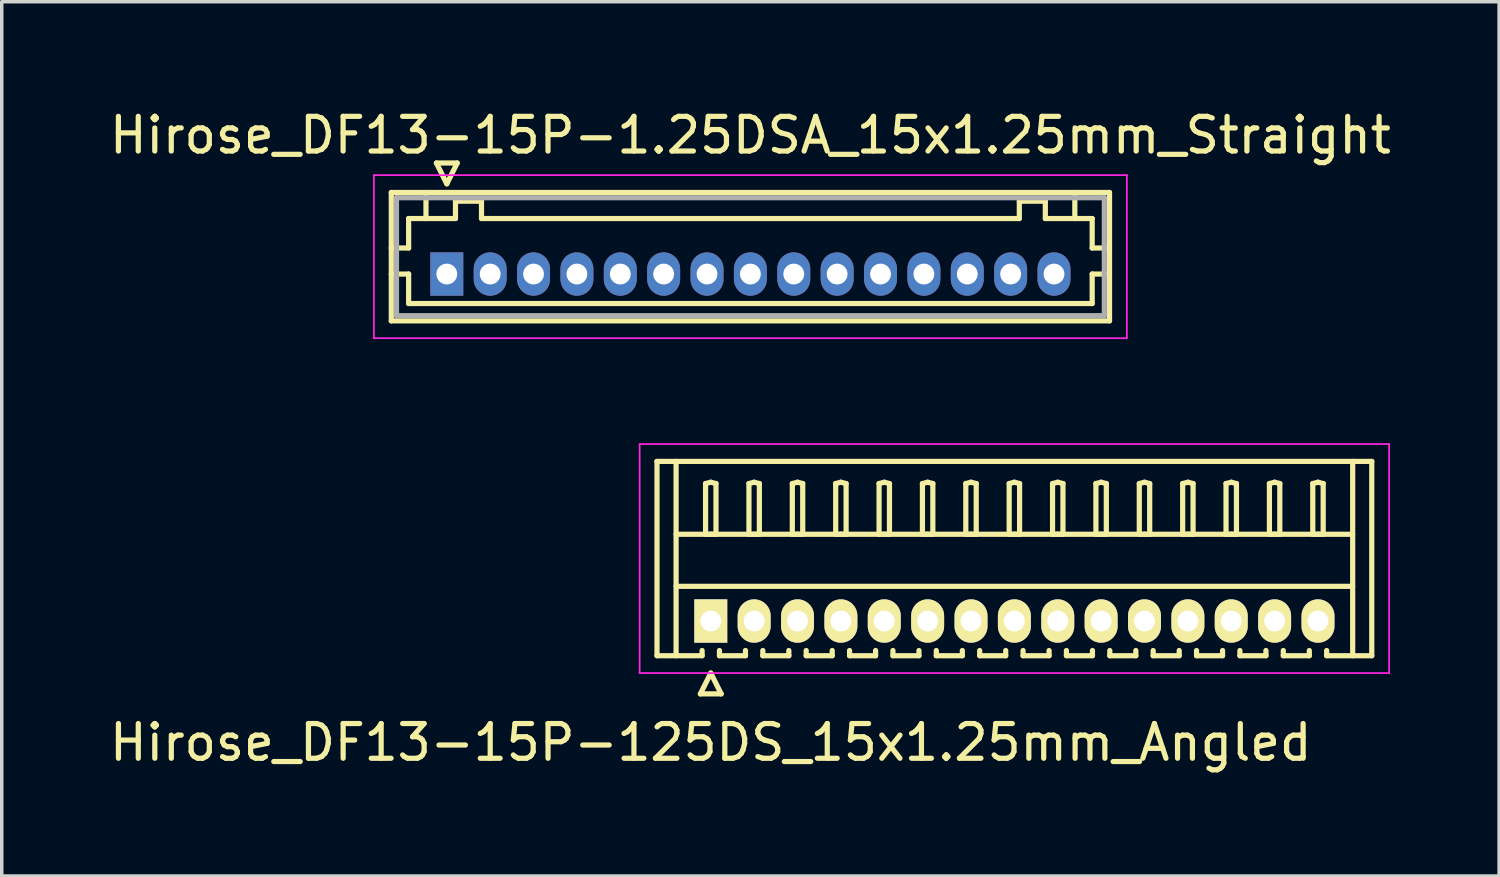
<source format=kicad_pcb>
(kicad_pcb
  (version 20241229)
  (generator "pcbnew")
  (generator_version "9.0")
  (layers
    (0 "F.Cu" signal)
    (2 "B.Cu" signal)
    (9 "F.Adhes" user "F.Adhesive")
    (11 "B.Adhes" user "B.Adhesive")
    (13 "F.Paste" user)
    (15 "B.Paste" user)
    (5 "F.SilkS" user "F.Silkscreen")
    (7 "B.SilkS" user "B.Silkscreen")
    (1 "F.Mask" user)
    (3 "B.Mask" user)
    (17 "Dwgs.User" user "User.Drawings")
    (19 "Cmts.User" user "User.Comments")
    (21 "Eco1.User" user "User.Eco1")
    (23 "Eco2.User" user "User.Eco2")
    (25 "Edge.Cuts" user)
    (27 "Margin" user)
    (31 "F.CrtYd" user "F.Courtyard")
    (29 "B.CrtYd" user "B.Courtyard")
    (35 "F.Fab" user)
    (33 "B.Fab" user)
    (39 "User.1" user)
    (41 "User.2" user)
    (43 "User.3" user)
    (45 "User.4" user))
  (footprint "Hirose_DF13-15P-1.25DSA_15x1.25mm_Straight"
    (layer "F.Cu")
    (at 9.827 4.848)
    (property "Reference" "Hirose_DF13-15P-1.25DSA_15x1.25mm_Straight" (at 8.75 -4 0) (layer "F.SilkS") (effects (font (size 1 1) (thickness 0.15))))
    (attr through_hole)
    (fp_line (start -1.6 -2.35) (end -1.6 1.35) (stroke (width 0.15) (type solid)) (layer "F.SilkS"))
    (fp_line (start -1.6 -0.75) (end -1.1 -0.75) (stroke (width 0.15) (type solid)) (layer "F.SilkS"))
    (fp_line (start -1.6 0) (end -1.1 0) (stroke (width 0.15) (type solid)) (layer "F.SilkS"))
    (fp_line (start -1.6 1.35) (end 19.1 1.35) (stroke (width 0.15) (type solid)) (layer "F.SilkS"))
    (fp_line (start -1.1 -1.6) (end -0.6 -1.6) (stroke (width 0.15) (type solid)) (layer "F.SilkS"))
    (fp_line (start -1.1 -0.75) (end -1.1 -1.6) (stroke (width 0.15) (type solid)) (layer "F.SilkS"))
    (fp_line (start -1.1 0) (end -1.1 0.85) (stroke (width 0.15) (type solid)) (layer "F.SilkS"))
    (fp_line (start -1.1 0.85) (end 18.6 0.85) (stroke (width 0.15) (type solid)) (layer "F.SilkS"))
    (fp_line (start -0.6 -1.6) (end -0.6 -2.35) (stroke (width 0.15) (type solid)) (layer "F.SilkS"))
    (fp_line (start -0.6 -1.6) (end 0.25 -1.6) (stroke (width 0.15) (type solid)) (layer "F.SilkS"))
    (fp_line (start -0.3 -3.2) (end 0.3 -3.2) (stroke (width 0.15) (type solid)) (layer "F.SilkS"))
    (fp_line (start 0 -2.6) (end -0.3 -3.2) (stroke (width 0.15) (type solid)) (layer "F.SilkS"))
    (fp_line (start 0.25 -2.1) (end 1 -2.1) (stroke (width 0.15) (type solid)) (layer "F.SilkS"))
    (fp_line (start 0.25 -1.6) (end 0.25 -2.1) (stroke (width 0.15) (type solid)) (layer "F.SilkS"))
    (fp_line (start 0.3 -3.2) (end 0 -2.6) (stroke (width 0.15) (type solid)) (layer "F.SilkS"))
    (fp_line (start 1 -2.1) (end 1 -1.6) (stroke (width 0.15) (type solid)) (layer "F.SilkS"))
    (fp_line (start 1 -1.6) (end 16.5 -1.6) (stroke (width 0.15) (type solid)) (layer "F.SilkS"))
    (fp_line (start 16.5 -2.1) (end 17.25 -2.1) (stroke (width 0.15) (type solid)) (layer "F.SilkS"))
    (fp_line (start 16.5 -1.6) (end 16.5 -2.1) (stroke (width 0.15) (type solid)) (layer "F.SilkS"))
    (fp_line (start 17.25 -2.1) (end 17.25 -1.6) (stroke (width 0.15) (type solid)) (layer "F.SilkS"))
    (fp_line (start 17.25 -1.6) (end 18.1 -1.6) (stroke (width 0.15) (type solid)) (layer "F.SilkS"))
    (fp_line (start 18.1 -1.6) (end 18.1 -2.35) (stroke (width 0.15) (type solid)) (layer "F.SilkS"))
    (fp_line (start 18.6 -1.6) (end 18.1 -1.6) (stroke (width 0.15) (type solid)) (layer "F.SilkS"))
    (fp_line (start 18.6 -0.75) (end 18.6 -1.6) (stroke (width 0.15) (type solid)) (layer "F.SilkS"))
    (fp_line (start 18.6 0) (end 19.1 0) (stroke (width 0.15) (type solid)) (layer "F.SilkS"))
    (fp_line (start 18.6 0.85) (end 18.6 0) (stroke (width 0.15) (type solid)) (layer "F.SilkS"))
    (fp_line (start 19.1 -2.35) (end -1.6 -2.35) (stroke (width 0.15) (type solid)) (layer "F.SilkS"))
    (fp_line (start 19.1 -0.75) (end 18.6 -0.75) (stroke (width 0.15) (type solid)) (layer "F.SilkS"))
    (fp_line (start 19.1 1.35) (end 19.1 -2.35) (stroke (width 0.15) (type solid)) (layer "F.SilkS"))
    (fp_line (start -2.1 -2.85) (end -2.1 1.85) (stroke (width 0.05) (type solid)) (layer "F.CrtYd"))
    (fp_line (start -2.1 1.85) (end 19.6 1.85) (stroke (width 0.05) (type solid)) (layer "F.CrtYd"))
    (fp_line (start 19.6 -2.85) (end -2.1 -2.85) (stroke (width 0.05) (type solid)) (layer "F.CrtYd"))
    (fp_line (start 19.6 1.85) (end 19.6 -2.85) (stroke (width 0.05) (type solid)) (layer "F.CrtYd"))
    (fp_line (start -1.45 -2.2) (end -1.45 1.2) (stroke (width 0.15) (type solid)) (layer "F.Fab"))
    (fp_line (start -1.45 1.2) (end 18.95 1.2) (stroke (width 0.15) (type solid)) (layer "F.Fab"))
    (fp_line (start 18.95 -2.2) (end -1.45 -2.2) (stroke (width 0.15) (type solid)) (layer "F.Fab"))
    (fp_line (start 18.95 1.2) (end 18.95 -2.2) (stroke (width 0.15) (type solid)) (layer "F.Fab"))
    (pad "1" thru_hole rect (at 0 0) (size 0.95 1.25) (drill 0.6) (layers "*.Cu" "*.Mask"))
    (pad "2" thru_hole oval (at 1.25 0) (size 0.95 1.25) (drill 0.6) (layers "*.Cu" "*.Mask"))
    (pad "3" thru_hole oval (at 2.5 0) (size 0.95 1.25) (drill 0.6) (layers "*.Cu" "*.Mask"))
    (pad "4" thru_hole oval (at 3.75 0) (size 0.95 1.25) (drill 0.6) (layers "*.Cu" "*.Mask"))
    (pad "5" thru_hole oval (at 5 0) (size 0.95 1.25) (drill 0.6) (layers "*.Cu" "*.Mask"))
    (pad "6" thru_hole oval (at 6.25 0) (size 0.95 1.25) (drill 0.6) (layers "*.Cu" "*.Mask"))
    (pad "7" thru_hole oval (at 7.5 0) (size 0.95 1.25) (drill 0.6) (layers "*.Cu" "*.Mask"))
    (pad "8" thru_hole oval (at 8.75 0) (size 0.95 1.25) (drill 0.6) (layers "*.Cu" "*.Mask"))
    (pad "9" thru_hole oval (at 10 0) (size 0.95 1.25) (drill 0.6) (layers "*.Cu" "*.Mask"))
    (pad "10" thru_hole oval (at 11.25 0) (size 0.95 1.25) (drill 0.6) (layers "*.Cu" "*.Mask"))
    (pad "11" thru_hole oval (at 12.5 0) (size 0.95 1.25) (drill 0.6) (layers "*.Cu" "*.Mask"))
    (pad "12" thru_hole oval (at 13.75 0) (size 0.95 1.25) (drill 0.6) (layers "*.Cu" "*.Mask"))
    (pad "13" thru_hole oval (at 15 0) (size 0.95 1.25) (drill 0.6) (layers "*.Cu" "*.Mask"))
    (pad "14" thru_hole oval (at 16.25 0) (size 0.95 1.25) (drill 0.6) (layers "*.Cu" "*.Mask"))
    (pad "15" thru_hole oval (at 17.5 0) (size 0.95 1.25) (drill 0.6) (layers "*.Cu" "*.Mask")))
  (footprint "Hirose_DF13-15P-125DS_15x1.25mm_Angled"
    (layer "F.Cu")
    (at 17.435 14.848)
    (property "Reference" "Hirose_DF13-15P-125DS_15x1.25mm_Angled" (at 0 3.5 0) (layer "F.SilkS") (effects (font (size 1 1) (thickness 0.15))))
    (attr through_hole)
    (fp_line (start -1.55 -4.6) (end 19.05 -4.6) (stroke (width 0.15) (type solid)) (layer "F.SilkS"))
    (fp_line (start -1.55 1) (end -1.55 -4.6) (stroke (width 0.15) (type solid)) (layer "F.SilkS"))
    (fp_line (start -1 -4.6) (end -1 1) (stroke (width 0.15) (type solid)) (layer "F.SilkS"))
    (fp_line (start -1 -2.5) (end 18.5 -2.5) (stroke (width 0.15) (type solid)) (layer "F.SilkS"))
    (fp_line (start -1 -1) (end 18.5 -1) (stroke (width 0.15) (type solid)) (layer "F.SilkS"))
    (fp_line (start -0.3 2.1) (end 0.3 2.1) (stroke (width 0.15) (type solid)) (layer "F.SilkS"))
    (fp_line (start -0.25 0.85) (end -0.25 1) (stroke (width 0.15) (type solid)) (layer "F.SilkS"))
    (fp_line (start -0.25 1) (end -1.55 1) (stroke (width 0.15) (type solid)) (layer "F.SilkS"))
    (fp_line (start -0.15 -3.962) (end 0 -4) (stroke (width 0.15) (type solid)) (layer "F.SilkS"))
    (fp_line (start -0.15 -2.5) (end -0.15 -3.962) (stroke (width 0.15) (type solid)) (layer "F.SilkS"))
    (fp_line (start 0 -4) (end 0.15 -3.962) (stroke (width 0.15) (type solid)) (layer "F.SilkS"))
    (fp_line (start 0 -2.5) (end -0.15 -2.5) (stroke (width 0.15) (type solid)) (layer "F.SilkS"))
    (fp_line (start 0 1.5) (end -0.3 2.1) (stroke (width 0.15) (type solid)) (layer "F.SilkS"))
    (fp_line (start 0.15 -3.962) (end 0.15 -2.5) (stroke (width 0.15) (type solid)) (layer "F.SilkS"))
    (fp_line (start 0.15 -2.5) (end 0 -2.5) (stroke (width 0.15) (type solid)) (layer "F.SilkS"))
    (fp_line (start 0.25 0.85) (end 0.25 1) (stroke (width 0.15) (type solid)) (layer "F.SilkS"))
    (fp_line (start 0.25 1) (end 1 1) (stroke (width 0.15) (type solid)) (layer "F.SilkS"))
    (fp_line (start 0.3 2.1) (end 0 1.5) (stroke (width 0.15) (type solid)) (layer "F.SilkS"))
    (fp_line (start 1 1) (end 1 0.85) (stroke (width 0.15) (type solid)) (layer "F.SilkS"))
    (fp_line (start 1.1 -3.962) (end 1.25 -4) (stroke (width 0.15) (type solid)) (layer "F.SilkS"))
    (fp_line (start 1.1 -2.5) (end 1.1 -3.962) (stroke (width 0.15) (type solid)) (layer "F.SilkS"))
    (fp_line (start 1.25 -4) (end 1.4 -3.962) (stroke (width 0.15) (type solid)) (layer "F.SilkS"))
    (fp_line (start 1.25 -2.5) (end 1.1 -2.5) (stroke (width 0.15) (type solid)) (layer "F.SilkS"))
    (fp_line (start 1.4 -3.962) (end 1.4 -2.5) (stroke (width 0.15) (type solid)) (layer "F.SilkS"))
    (fp_line (start 1.4 -2.5) (end 1.25 -2.5) (stroke (width 0.15) (type solid)) (layer "F.SilkS"))
    (fp_line (start 1.5 0.85) (end 1.5 1) (stroke (width 0.15) (type solid)) (layer "F.SilkS"))
    (fp_line (start 1.5 1) (end 2.25 1) (stroke (width 0.15) (type solid)) (layer "F.SilkS"))
    (fp_line (start 2.25 1) (end 2.25 0.85) (stroke (width 0.15) (type solid)) (layer "F.SilkS"))
    (fp_line (start 2.35 -3.962) (end 2.5 -4) (stroke (width 0.15) (type solid)) (layer "F.SilkS"))
    (fp_line (start 2.35 -2.5) (end 2.35 -3.962) (stroke (width 0.15) (type solid)) (layer "F.SilkS"))
    (fp_line (start 2.5 -4) (end 2.65 -3.962) (stroke (width 0.15) (type solid)) (layer "F.SilkS"))
    (fp_line (start 2.5 -2.5) (end 2.35 -2.5) (stroke (width 0.15) (type solid)) (layer "F.SilkS"))
    (fp_line (start 2.65 -3.962) (end 2.65 -2.5) (stroke (width 0.15) (type solid)) (layer "F.SilkS"))
    (fp_line (start 2.65 -2.5) (end 2.5 -2.5) (stroke (width 0.15) (type solid)) (layer "F.SilkS"))
    (fp_line (start 2.75 0.85) (end 2.75 1) (stroke (width 0.15) (type solid)) (layer "F.SilkS"))
    (fp_line (start 2.75 1) (end 3.5 1) (stroke (width 0.15) (type solid)) (layer "F.SilkS"))
    (fp_line (start 3.5 1) (end 3.5 0.85) (stroke (width 0.15) (type solid)) (layer "F.SilkS"))
    (fp_line (start 3.6 -3.962) (end 3.75 -4) (stroke (width 0.15) (type solid)) (layer "F.SilkS"))
    (fp_line (start 3.6 -2.5) (end 3.6 -3.962) (stroke (width 0.15) (type solid)) (layer "F.SilkS"))
    (fp_line (start 3.75 -4) (end 3.9 -3.962) (stroke (width 0.15) (type solid)) (layer "F.SilkS"))
    (fp_line (start 3.75 -2.5) (end 3.6 -2.5) (stroke (width 0.15) (type solid)) (layer "F.SilkS"))
    (fp_line (start 3.9 -3.962) (end 3.9 -2.5) (stroke (width 0.15) (type solid)) (layer "F.SilkS"))
    (fp_line (start 3.9 -2.5) (end 3.75 -2.5) (stroke (width 0.15) (type solid)) (layer "F.SilkS"))
    (fp_line (start 4 0.85) (end 4 1) (stroke (width 0.15) (type solid)) (layer "F.SilkS"))
    (fp_line (start 4 1) (end 4.75 1) (stroke (width 0.15) (type solid)) (layer "F.SilkS"))
    (fp_line (start 4.75 1) (end 4.75 0.85) (stroke (width 0.15) (type solid)) (layer "F.SilkS"))
    (fp_line (start 4.85 -3.962) (end 5 -4) (stroke (width 0.15) (type solid)) (layer "F.SilkS"))
    (fp_line (start 4.85 -2.5) (end 4.85 -3.962) (stroke (width 0.15) (type solid)) (layer "F.SilkS"))
    (fp_line (start 5 -4) (end 5.15 -3.962) (stroke (width 0.15) (type solid)) (layer "F.SilkS"))
    (fp_line (start 5 -2.5) (end 4.85 -2.5) (stroke (width 0.15) (type solid)) (layer "F.SilkS"))
    (fp_line (start 5.15 -3.962) (end 5.15 -2.5) (stroke (width 0.15) (type solid)) (layer "F.SilkS"))
    (fp_line (start 5.15 -2.5) (end 5 -2.5) (stroke (width 0.15) (type solid)) (layer "F.SilkS"))
    (fp_line (start 5.25 0.85) (end 5.25 1) (stroke (width 0.15) (type solid)) (layer "F.SilkS"))
    (fp_line (start 5.25 1) (end 6 1) (stroke (width 0.15) (type solid)) (layer "F.SilkS"))
    (fp_line (start 6 1) (end 6 0.85) (stroke (width 0.15) (type solid)) (layer "F.SilkS"))
    (fp_line (start 6.1 -3.962) (end 6.25 -4) (stroke (width 0.15) (type solid)) (layer "F.SilkS"))
    (fp_line (start 6.1 -2.5) (end 6.1 -3.962) (stroke (width 0.15) (type solid)) (layer "F.SilkS"))
    (fp_line (start 6.25 -4) (end 6.4 -3.962) (stroke (width 0.15) (type solid)) (layer "F.SilkS"))
    (fp_line (start 6.25 -2.5) (end 6.1 -2.5) (stroke (width 0.15) (type solid)) (layer "F.SilkS"))
    (fp_line (start 6.4 -3.962) (end 6.4 -2.5) (stroke (width 0.15) (type solid)) (layer "F.SilkS"))
    (fp_line (start 6.4 -2.5) (end 6.25 -2.5) (stroke (width 0.15) (type solid)) (layer "F.SilkS"))
    (fp_line (start 6.5 0.85) (end 6.5 1) (stroke (width 0.15) (type solid)) (layer "F.SilkS"))
    (fp_line (start 6.5 1) (end 7.25 1) (stroke (width 0.15) (type solid)) (layer "F.SilkS"))
    (fp_line (start 7.25 1) (end 7.25 0.85) (stroke (width 0.15) (type solid)) (layer "F.SilkS"))
    (fp_line (start 7.35 -3.962) (end 7.5 -4) (stroke (width 0.15) (type solid)) (layer "F.SilkS"))
    (fp_line (start 7.35 -2.5) (end 7.35 -3.962) (stroke (width 0.15) (type solid)) (layer "F.SilkS"))
    (fp_line (start 7.5 -4) (end 7.65 -3.962) (stroke (width 0.15) (type solid)) (layer "F.SilkS"))
    (fp_line (start 7.5 -2.5) (end 7.35 -2.5) (stroke (width 0.15) (type solid)) (layer "F.SilkS"))
    (fp_line (start 7.65 -3.962) (end 7.65 -2.5) (stroke (width 0.15) (type solid)) (layer "F.SilkS"))
    (fp_line (start 7.65 -2.5) (end 7.5 -2.5) (stroke (width 0.15) (type solid)) (layer "F.SilkS"))
    (fp_line (start 7.75 0.85) (end 7.75 1) (stroke (width 0.15) (type solid)) (layer "F.SilkS"))
    (fp_line (start 7.75 1) (end 8.5 1) (stroke (width 0.15) (type solid)) (layer "F.SilkS"))
    (fp_line (start 8.5 1) (end 8.5 0.85) (stroke (width 0.15) (type solid)) (layer "F.SilkS"))
    (fp_line (start 8.6 -3.962) (end 8.75 -4) (stroke (width 0.15) (type solid)) (layer "F.SilkS"))
    (fp_line (start 8.6 -2.5) (end 8.6 -3.962) (stroke (width 0.15) (type solid)) (layer "F.SilkS"))
    (fp_line (start 8.75 -4) (end 8.9 -3.962) (stroke (width 0.15) (type solid)) (layer "F.SilkS"))
    (fp_line (start 8.75 -2.5) (end 8.6 -2.5) (stroke (width 0.15) (type solid)) (layer "F.SilkS"))
    (fp_line (start 8.9 -3.962) (end 8.9 -2.5) (stroke (width 0.15) (type solid)) (layer "F.SilkS"))
    (fp_line (start 8.9 -2.5) (end 8.75 -2.5) (stroke (width 0.15) (type solid)) (layer "F.SilkS"))
    (fp_line (start 9 0.85) (end 9 1) (stroke (width 0.15) (type solid)) (layer "F.SilkS"))
    (fp_line (start 9 1) (end 9.75 1) (stroke (width 0.15) (type solid)) (layer "F.SilkS"))
    (fp_line (start 9.75 1) (end 9.75 0.85) (stroke (width 0.15) (type solid)) (layer "F.SilkS"))
    (fp_line (start 9.85 -3.962) (end 10 -4) (stroke (width 0.15) (type solid)) (layer "F.SilkS"))
    (fp_line (start 9.85 -2.5) (end 9.85 -3.962) (stroke (width 0.15) (type solid)) (layer "F.SilkS"))
    (fp_line (start 10 -4) (end 10.15 -3.962) (stroke (width 0.15) (type solid)) (layer "F.SilkS"))
    (fp_line (start 10 -2.5) (end 9.85 -2.5) (stroke (width 0.15) (type solid)) (layer "F.SilkS"))
    (fp_line (start 10.15 -3.962) (end 10.15 -2.5) (stroke (width 0.15) (type solid)) (layer "F.SilkS"))
    (fp_line (start 10.15 -2.5) (end 10 -2.5) (stroke (width 0.15) (type solid)) (layer "F.SilkS"))
    (fp_line (start 10.25 0.85) (end 10.25 1) (stroke (width 0.15) (type solid)) (layer "F.SilkS"))
    (fp_line (start 10.25 1) (end 11 1) (stroke (width 0.15) (type solid)) (layer "F.SilkS"))
    (fp_line (start 11 1) (end 11 0.85) (stroke (width 0.15) (type solid)) (layer "F.SilkS"))
    (fp_line (start 11.1 -3.962) (end 11.25 -4) (stroke (width 0.15) (type solid)) (layer "F.SilkS"))
    (fp_line (start 11.1 -2.5) (end 11.1 -3.962) (stroke (width 0.15) (type solid)) (layer "F.SilkS"))
    (fp_line (start 11.25 -4) (end 11.4 -3.962) (stroke (width 0.15) (type solid)) (layer "F.SilkS"))
    (fp_line (start 11.25 -2.5) (end 11.1 -2.5) (stroke (width 0.15) (type solid)) (layer "F.SilkS"))
    (fp_line (start 11.4 -3.962) (end 11.4 -2.5) (stroke (width 0.15) (type solid)) (layer "F.SilkS"))
    (fp_line (start 11.4 -2.5) (end 11.25 -2.5) (stroke (width 0.15) (type solid)) (layer "F.SilkS"))
    (fp_line (start 11.5 0.85) (end 11.5 1) (stroke (width 0.15) (type solid)) (layer "F.SilkS"))
    (fp_line (start 11.5 1) (end 12.25 1) (stroke (width 0.15) (type solid)) (layer "F.SilkS"))
    (fp_line (start 12.25 1) (end 12.25 0.85) (stroke (width 0.15) (type solid)) (layer "F.SilkS"))
    (fp_line (start 12.35 -3.962) (end 12.5 -4) (stroke (width 0.15) (type solid)) (layer "F.SilkS"))
    (fp_line (start 12.35 -2.5) (end 12.35 -3.962) (stroke (width 0.15) (type solid)) (layer "F.SilkS"))
    (fp_line (start 12.5 -4) (end 12.65 -3.962) (stroke (width 0.15) (type solid)) (layer "F.SilkS"))
    (fp_line (start 12.5 -2.5) (end 12.35 -2.5) (stroke (width 0.15) (type solid)) (layer "F.SilkS"))
    (fp_line (start 12.65 -3.962) (end 12.65 -2.5) (stroke (width 0.15) (type solid)) (layer "F.SilkS"))
    (fp_line (start 12.65 -2.5) (end 12.5 -2.5) (stroke (width 0.15) (type solid)) (layer "F.SilkS"))
    (fp_line (start 12.75 0.85) (end 12.75 1) (stroke (width 0.15) (type solid)) (layer "F.SilkS"))
    (fp_line (start 12.75 1) (end 13.5 1) (stroke (width 0.15) (type solid)) (layer "F.SilkS"))
    (fp_line (start 13.5 1) (end 13.5 0.85) (stroke (width 0.15) (type solid)) (layer "F.SilkS"))
    (fp_line (start 13.6 -3.962) (end 13.75 -4) (stroke (width 0.15) (type solid)) (layer "F.SilkS"))
    (fp_line (start 13.6 -2.5) (end 13.6 -3.962) (stroke (width 0.15) (type solid)) (layer "F.SilkS"))
    (fp_line (start 13.75 -4) (end 13.9 -3.962) (stroke (width 0.15) (type solid)) (layer "F.SilkS"))
    (fp_line (start 13.75 -2.5) (end 13.6 -2.5) (stroke (width 0.15) (type solid)) (layer "F.SilkS"))
    (fp_line (start 13.9 -3.962) (end 13.9 -2.5) (stroke (width 0.15) (type solid)) (layer "F.SilkS"))
    (fp_line (start 13.9 -2.5) (end 13.75 -2.5) (stroke (width 0.15) (type solid)) (layer "F.SilkS"))
    (fp_line (start 14 0.85) (end 14 1) (stroke (width 0.15) (type solid)) (layer "F.SilkS"))
    (fp_line (start 14 1) (end 14.75 1) (stroke (width 0.15) (type solid)) (layer "F.SilkS"))
    (fp_line (start 14.75 1) (end 14.75 0.85) (stroke (width 0.15) (type solid)) (layer "F.SilkS"))
    (fp_line (start 14.85 -3.962) (end 15 -4) (stroke (width 0.15) (type solid)) (layer "F.SilkS"))
    (fp_line (start 14.85 -2.5) (end 14.85 -3.962) (stroke (width 0.15) (type solid)) (layer "F.SilkS"))
    (fp_line (start 15 -4) (end 15.15 -3.962) (stroke (width 0.15) (type solid)) (layer "F.SilkS"))
    (fp_line (start 15 -2.5) (end 14.85 -2.5) (stroke (width 0.15) (type solid)) (layer "F.SilkS"))
    (fp_line (start 15.15 -3.962) (end 15.15 -2.5) (stroke (width 0.15) (type solid)) (layer "F.SilkS"))
    (fp_line (start 15.15 -2.5) (end 15 -2.5) (stroke (width 0.15) (type solid)) (layer "F.SilkS"))
    (fp_line (start 15.25 0.85) (end 15.25 1) (stroke (width 0.15) (type solid)) (layer "F.SilkS"))
    (fp_line (start 15.25 1) (end 16 1) (stroke (width 0.15) (type solid)) (layer "F.SilkS"))
    (fp_line (start 16 1) (end 16 0.85) (stroke (width 0.15) (type solid)) (layer "F.SilkS"))
    (fp_line (start 16.1 -3.962) (end 16.25 -4) (stroke (width 0.15) (type solid)) (layer "F.SilkS"))
    (fp_line (start 16.1 -2.5) (end 16.1 -3.962) (stroke (width 0.15) (type solid)) (layer "F.SilkS"))
    (fp_line (start 16.25 -4) (end 16.4 -3.962) (stroke (width 0.15) (type solid)) (layer "F.SilkS"))
    (fp_line (start 16.25 -2.5) (end 16.1 -2.5) (stroke (width 0.15) (type solid)) (layer "F.SilkS"))
    (fp_line (start 16.4 -3.962) (end 16.4 -2.5) (stroke (width 0.15) (type solid)) (layer "F.SilkS"))
    (fp_line (start 16.4 -2.5) (end 16.25 -2.5) (stroke (width 0.15) (type solid)) (layer "F.SilkS"))
    (fp_line (start 16.5 0.85) (end 16.5 1) (stroke (width 0.15) (type solid)) (layer "F.SilkS"))
    (fp_line (start 16.5 1) (end 17.25 1) (stroke (width 0.15) (type solid)) (layer "F.SilkS"))
    (fp_line (start 17.25 1) (end 17.25 0.85) (stroke (width 0.15) (type solid)) (layer "F.SilkS"))
    (fp_line (start 17.35 -3.962) (end 17.5 -4) (stroke (width 0.15) (type solid)) (layer "F.SilkS"))
    (fp_line (start 17.35 -2.5) (end 17.35 -3.962) (stroke (width 0.15) (type solid)) (layer "F.SilkS"))
    (fp_line (start 17.5 -4) (end 17.65 -3.962) (stroke (width 0.15) (type solid)) (layer "F.SilkS"))
    (fp_line (start 17.5 -2.5) (end 17.35 -2.5) (stroke (width 0.15) (type solid)) (layer "F.SilkS"))
    (fp_line (start 17.65 -3.962) (end 17.65 -2.5) (stroke (width 0.15) (type solid)) (layer "F.SilkS"))
    (fp_line (start 17.65 -2.5) (end 17.5 -2.5) (stroke (width 0.15) (type solid)) (layer "F.SilkS"))
    (fp_line (start 17.75 1) (end 17.75 0.85) (stroke (width 0.15) (type solid)) (layer "F.SilkS"))
    (fp_line (start 18.5 -4.6) (end 18.5 1) (stroke (width 0.15) (type solid)) (layer "F.SilkS"))
    (fp_line (start 19.05 -4.6) (end 19.05 1) (stroke (width 0.15) (type solid)) (layer "F.SilkS"))
    (fp_line (start 19.05 1) (end 17.75 1) (stroke (width 0.15) (type solid)) (layer "F.SilkS"))
    (fp_line (start -2.05 -5.1) (end -2.05 1.5) (stroke (width 0.05) (type solid)) (layer "F.CrtYd"))
    (fp_line (start -2.05 1.5) (end 19.55 1.5) (stroke (width 0.05) (type solid)) (layer "F.CrtYd"))
    (fp_line (start 19.55 -5.1) (end -2.05 -5.1) (stroke (width 0.05) (type solid)) (layer "F.CrtYd"))
    (fp_line (start 19.55 1.5) (end 19.55 -5.1) (stroke (width 0.05) (type solid)) (layer "F.CrtYd"))
    (pad "1" thru_hole rect (at 0 0) (size 0.95 1.25) (drill 0.6) (layers "*.Cu" "*.Mask" "F.SilkS"))
    (pad "2" thru_hole oval (at 1.25 0) (size 0.95 1.25) (drill 0.6) (layers "*.Cu" "*.Mask" "F.SilkS"))
    (pad "3" thru_hole oval (at 2.5 0) (size 0.95 1.25) (drill 0.6) (layers "*.Cu" "*.Mask" "F.SilkS"))
    (pad "4" thru_hole oval (at 3.75 0) (size 0.95 1.25) (drill 0.6) (layers "*.Cu" "*.Mask" "F.SilkS"))
    (pad "5" thru_hole oval (at 5 0) (size 0.95 1.25) (drill 0.6) (layers "*.Cu" "*.Mask" "F.SilkS"))
    (pad "6" thru_hole oval (at 6.25 0) (size 0.95 1.25) (drill 0.6) (layers "*.Cu" "*.Mask" "F.SilkS"))
    (pad "7" thru_hole oval (at 7.5 0) (size 0.95 1.25) (drill 0.6) (layers "*.Cu" "*.Mask" "F.SilkS"))
    (pad "8" thru_hole oval (at 8.75 0) (size 0.95 1.25) (drill 0.6) (layers "*.Cu" "*.Mask" "F.SilkS"))
    (pad "9" thru_hole oval (at 10 0) (size 0.95 1.25) (drill 0.6) (layers "*.Cu" "*.Mask" "F.SilkS"))
    (pad "10" thru_hole oval (at 11.25 0) (size 0.95 1.25) (drill 0.6) (layers "*.Cu" "*.Mask" "F.SilkS"))
    (pad "11" thru_hole oval (at 12.5 0) (size 0.95 1.25) (drill 0.6) (layers "*.Cu" "*.Mask" "F.SilkS"))
    (pad "12" thru_hole oval (at 13.75 0) (size 0.95 1.25) (drill 0.6) (layers "*.Cu" "*.Mask" "F.SilkS"))
    (pad "13" thru_hole oval (at 15 0) (size 0.95 1.25) (drill 0.6) (layers "*.Cu" "*.Mask" "F.SilkS"))
    (pad "14" thru_hole oval (at 16.25 0) (size 0.95 1.25) (drill 0.6) (layers "*.Cu" "*.Mask" "F.SilkS"))
    (pad "15" thru_hole oval (at 17.5 0) (size 0.95 1.25) (drill 0.6) (layers "*.Cu" "*.Mask" "F.SilkS")))
  (gr_rect
    (start -3 -3)
    (end 40.155 22.197)
    (stroke (width 0.1) (type default))
    (fill no)
    (layer "Edge.Cuts")))
</source>
